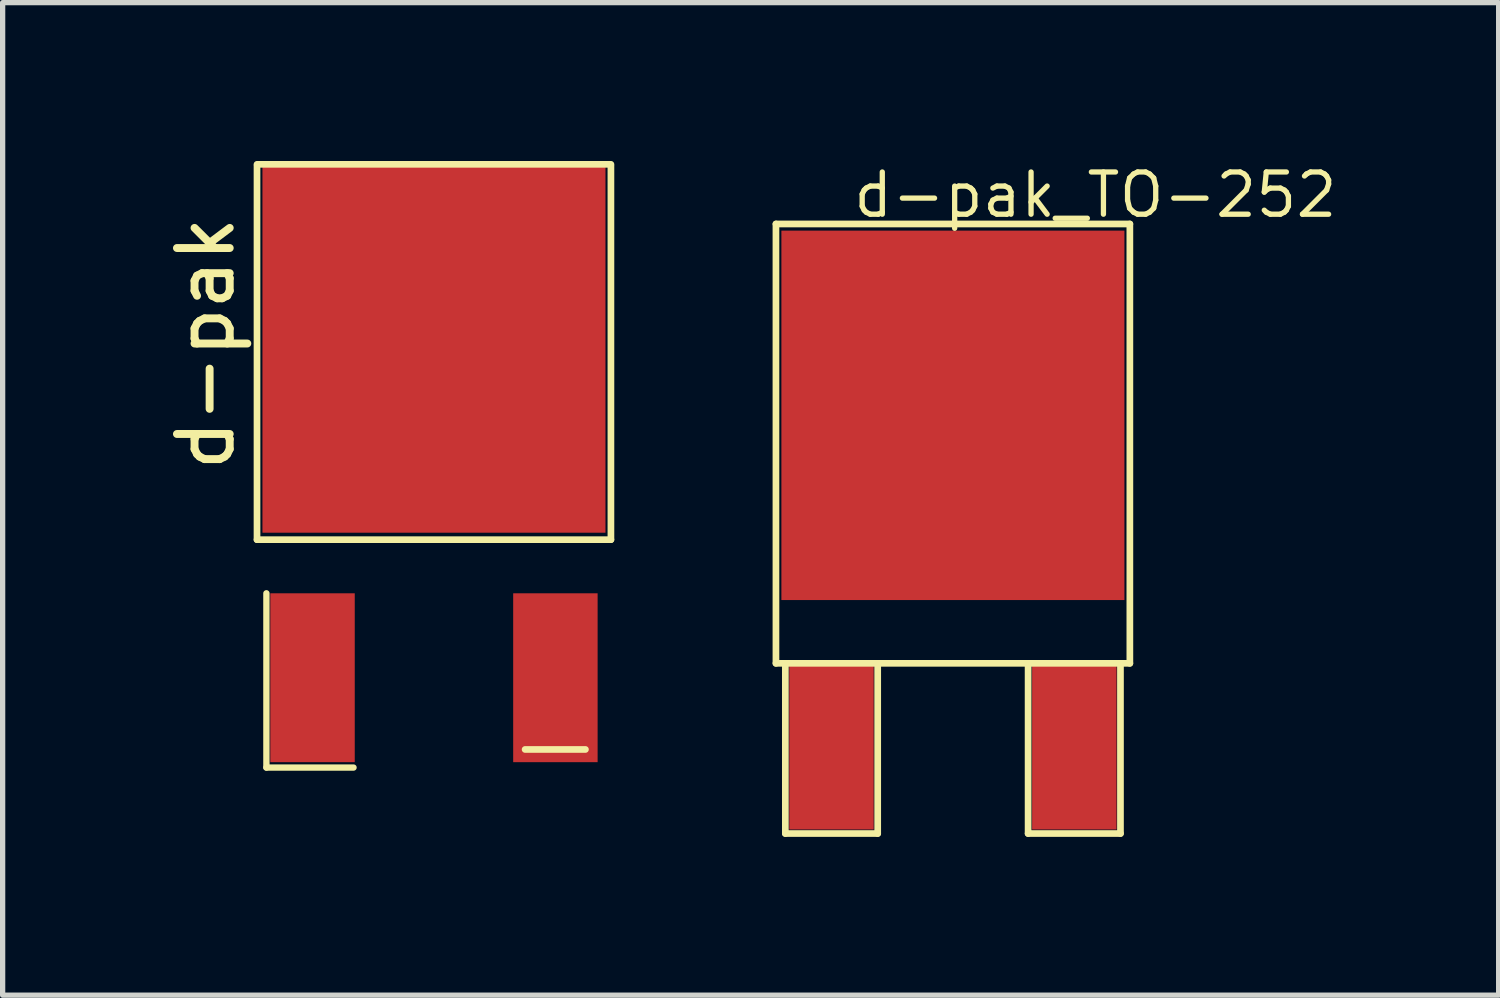
<source format=kicad_pcb>
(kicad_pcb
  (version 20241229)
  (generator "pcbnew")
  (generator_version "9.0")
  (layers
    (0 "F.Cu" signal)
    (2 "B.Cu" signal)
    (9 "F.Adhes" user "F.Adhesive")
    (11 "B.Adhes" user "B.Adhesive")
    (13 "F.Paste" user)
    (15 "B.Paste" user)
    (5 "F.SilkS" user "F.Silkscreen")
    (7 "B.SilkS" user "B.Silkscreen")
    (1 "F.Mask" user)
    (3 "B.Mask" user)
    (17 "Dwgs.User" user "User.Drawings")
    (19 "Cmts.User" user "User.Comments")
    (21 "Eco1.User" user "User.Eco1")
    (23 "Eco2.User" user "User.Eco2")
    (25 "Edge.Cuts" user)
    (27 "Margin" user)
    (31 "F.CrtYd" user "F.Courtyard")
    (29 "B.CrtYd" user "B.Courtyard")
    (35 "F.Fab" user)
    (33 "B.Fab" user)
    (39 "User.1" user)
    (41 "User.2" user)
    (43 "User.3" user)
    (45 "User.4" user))
  (footprint "d-pak_TO-252"
    (layer "F.Cu")
    (at 15.006 7.944)
    (property "Reference" "d-pak_TO-252" (at 2.7 -7.3 0) (layer "F.SilkS") (effects (font (size 0.8 0.8) (thickness 0.1))))
    (attr through_hole)
    (fp_line (start -3.353 -6.75) (end -3.353 1.575) (stroke (width 0.127) (type solid)) (layer "F.SilkS"))
    (fp_line (start -3.175 1.575) (end -3.175 4.8) (stroke (width 0.127) (type solid)) (layer "F.SilkS"))
    (fp_line (start -3.175 4.8) (end -1.425 4.8) (stroke (width 0.127) (type solid)) (layer "F.SilkS"))
    (fp_line (start -1.425 4.8) (end -1.425 1.575) (stroke (width 0.127) (type solid)) (layer "F.SilkS"))
    (fp_line (start 1.425 1.575) (end 1.425 4.8) (stroke (width 0.127) (type solid)) (layer "F.SilkS"))
    (fp_line (start 1.425 4.8) (end 3.175 4.8) (stroke (width 0.127) (type solid)) (layer "F.SilkS"))
    (fp_line (start 3.175 4.8) (end 3.175 1.575) (stroke (width 0.127) (type solid)) (layer "F.SilkS"))
    (fp_line (start 3.353 -6.75) (end -3.353 -6.75) (stroke (width 0.127) (type solid)) (layer "F.SilkS"))
    (fp_line (start 3.353 1.575) (end -3.353 1.575) (stroke (width 0.127) (type solid)) (layer "F.SilkS"))
    (fp_line (start 3.353 1.575) (end 3.353 -6.75) (stroke (width 0.127) (type solid)) (layer "F.SilkS"))
    (pad "1" smd rect (at -2.301 3.124) (size 1.6 3.2) (layers "F.Cu" "F.Mask" "F.Paste"))
    (pad "2" smd rect (at 0 -3.124) (size 6.5 7) (layers "F.Cu" "F.Mask" "F.Paste"))
    (pad "3" smd rect (at 2.301 3.124) (size 1.6 3.2) (layers "F.Cu" "F.Mask" "F.Paste")))
  (footprint "d-pak"
    (layer "F.Cu")
    (at 5.173 6.668)
    (property "Reference" "d-pak" (at -4.325 -3.209 90) (layer "F.SilkS") (effects (font (size 1 1) (thickness 0.15))))
    (attr through_hole)
    (fp_line (start -3.353 -6.579) (end -3.353 0.508) (stroke (width 0.127) (type solid)) (layer "F.SilkS"))
    (fp_line (start -3.175 4.826) (end -3.175 1.524) (stroke (width 0.12) (type solid)) (layer "F.SilkS"))
    (fp_line (start -1.524 4.826) (end -3.175 4.826) (stroke (width 0.12) (type solid)) (layer "F.SilkS"))
    (fp_line (start 1.727 4.483) (end 2.87 4.483) (stroke (width 0.127) (type solid)) (layer "F.SilkS"))
    (fp_line (start 3.353 -6.604) (end -3.353 -6.604) (stroke (width 0.127) (type solid)) (layer "F.SilkS"))
    (fp_line (start 3.353 -6.579) (end 3.353 0.508) (stroke (width 0.127) (type solid)) (layer "F.SilkS"))
    (fp_line (start 3.353 0.508) (end -3.353 0.508) (stroke (width 0.127) (type solid)) (layer "F.SilkS"))
    (pad "1" smd rect (at -2.301 3.124) (size 1.6 3.2) (layers "F.Cu" "F.Mask" "F.Paste"))
    (pad "2" smd rect (at 0 -3.124) (size 6.5 7) (layers "F.Cu" "F.Mask" "F.Paste"))
    (pad "3" smd rect (at 2.301 3.124) (size 1.6 3.2) (layers "F.Cu" "F.Mask" "F.Paste")))
  (gr_rect
    (start -3 -3)
    (end 25.347 15.807)
    (stroke (width 0.1) (type default))
    (fill no)
    (layer "Edge.Cuts")))
</source>
